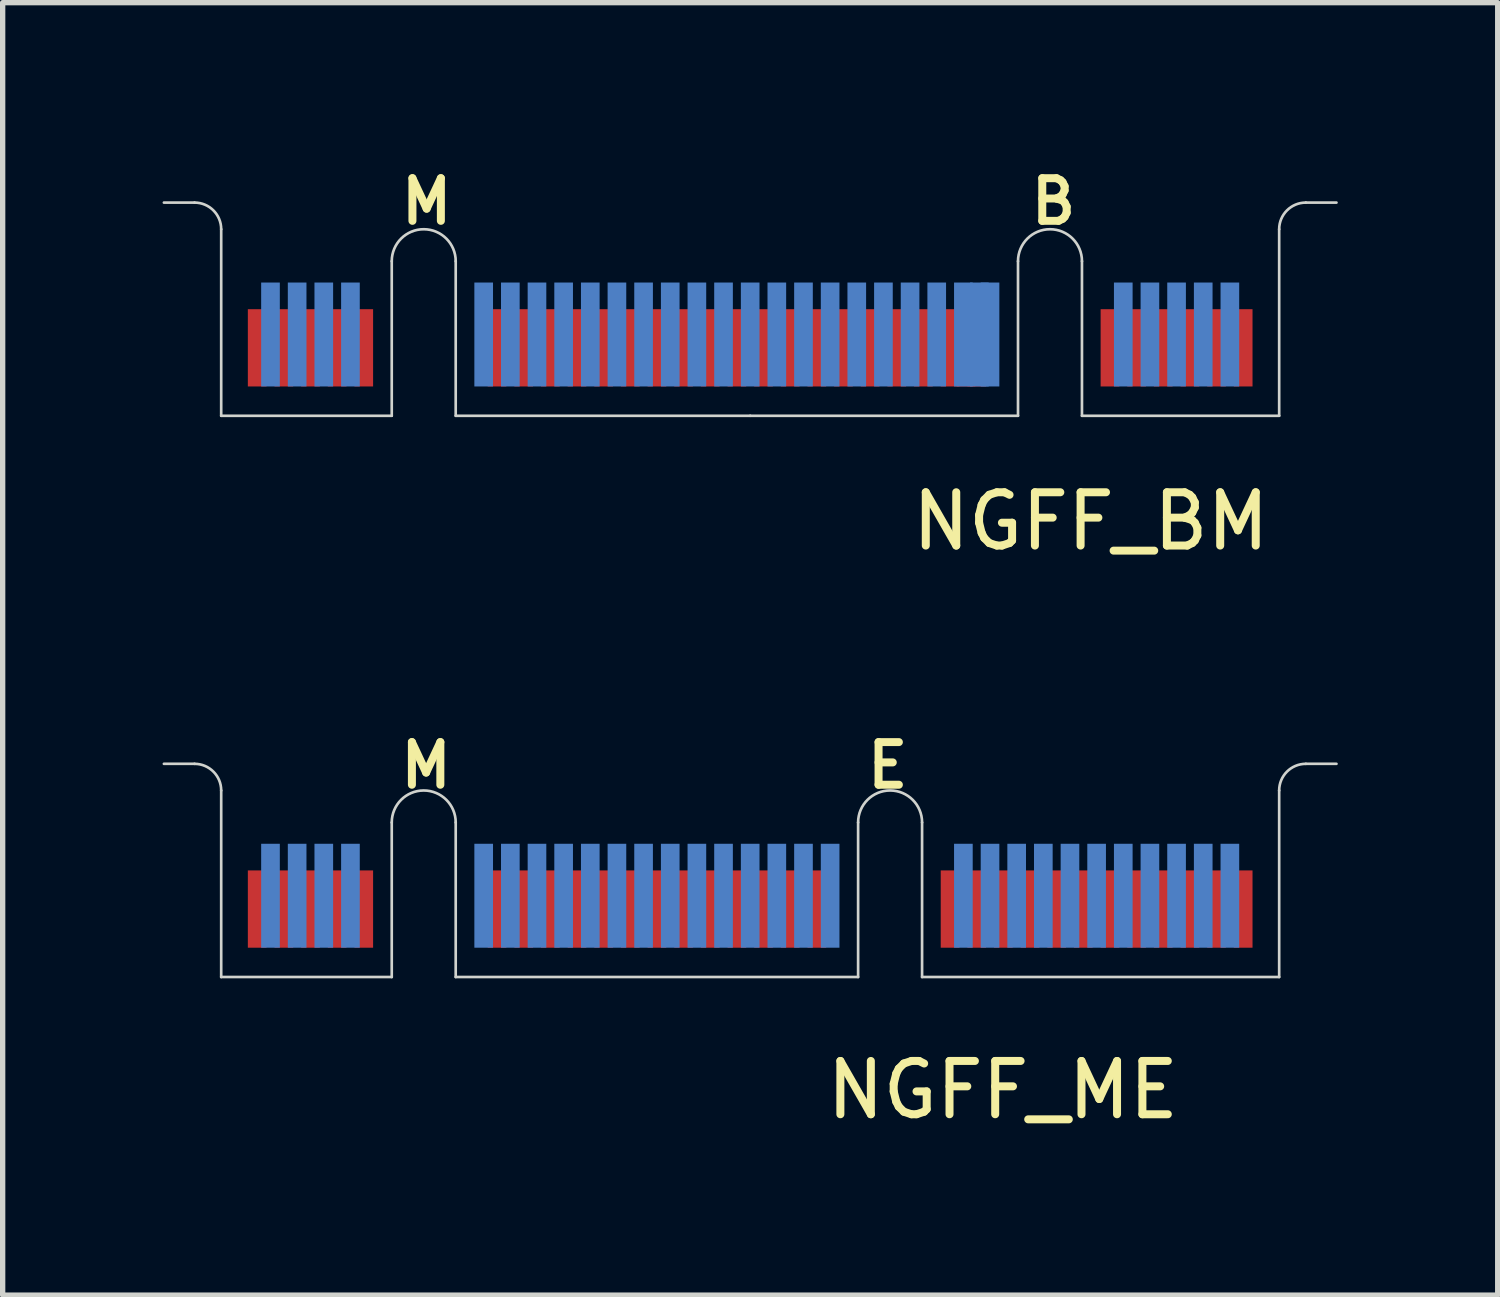
<source format=kicad_pcb>
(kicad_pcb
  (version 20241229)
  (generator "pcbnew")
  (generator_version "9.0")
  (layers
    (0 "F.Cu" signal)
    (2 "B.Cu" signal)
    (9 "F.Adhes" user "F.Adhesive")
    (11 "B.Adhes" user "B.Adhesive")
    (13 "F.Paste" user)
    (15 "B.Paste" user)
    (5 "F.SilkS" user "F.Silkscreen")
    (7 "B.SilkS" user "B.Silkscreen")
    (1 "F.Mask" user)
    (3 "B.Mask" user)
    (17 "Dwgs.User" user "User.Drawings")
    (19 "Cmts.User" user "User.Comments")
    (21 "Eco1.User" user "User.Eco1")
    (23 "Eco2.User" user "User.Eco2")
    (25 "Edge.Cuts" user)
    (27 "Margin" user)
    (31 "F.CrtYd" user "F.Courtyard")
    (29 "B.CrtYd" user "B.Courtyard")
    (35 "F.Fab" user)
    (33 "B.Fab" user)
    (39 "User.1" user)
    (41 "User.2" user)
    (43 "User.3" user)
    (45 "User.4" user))
  (footprint "NGFF_BM"
    (layer "F.Cu")
    (at 11.025 4.751)
    (property "Reference" "NGFF_BM" (at 6.39 1.98 0) (layer "F.SilkS") (effects (font (size 1 1) (thickness 0.15))))
    (attr through_hole)
    (fp_poly (pts (xy -9.925 0) (xy -6.725 0) (xy -6.725 -2) (xy -9.925 -2)) (stroke (width 0.1) (type solid)) (fill yes) (layer "F.Mask"))
    (fp_poly (pts (xy -5.525 0) (xy 5.025 0) (xy 5.025 -2) (xy -5.525 -2)) (stroke (width 0.1) (type solid)) (fill yes) (layer "F.Mask"))
    (fp_poly (pts (xy 6.225 0) (xy 9.925 0) (xy 9.925 -2) (xy 6.225 -2)) (stroke (width 0.1) (type solid)) (fill yes) (layer "F.Mask"))
    (fp_poly (pts (xy -9.925 0) (xy -6.725 0) (xy -6.725 -2.5) (xy -9.925 -2.5)) (stroke (width 0.1) (type solid)) (fill yes) (layer "B.Mask"))
    (fp_poly (pts (xy -5.525 0) (xy 5.025 0) (xy 5.025 -2.5) (xy -5.525 -2.5)) (stroke (width 0.1) (type solid)) (fill yes) (layer "B.Mask"))
    (fp_poly (pts (xy 6.225 0) (xy 9.925 0) (xy 9.925 -2.5) (xy 6.225 -2.5)) (stroke (width 0.1) (type solid)) (fill yes) (layer "B.Mask"))
    (fp_line (start -11 -4) (end -10.425 -4) (stroke (width 0.05) (type solid)) (layer "Edge.Cuts"))
    (fp_line (start -9.925 -3.5) (end -9.925 0) (stroke (width 0.05) (type solid)) (layer "Edge.Cuts"))
    (fp_line (start -9.925 0) (end -6.725 0) (stroke (width 0.05) (type solid)) (layer "Edge.Cuts"))
    (fp_line (start -6.725 0) (end -6.725 -2.9) (stroke (width 0.05) (type solid)) (layer "Edge.Cuts"))
    (fp_line (start -5.525 -2.9) (end -5.525 0) (stroke (width 0.05) (type solid)) (layer "Edge.Cuts"))
    (fp_line (start -5.525 0) (end 0 0) (stroke (width 0.05) (type solid)) (layer "Edge.Cuts"))
    (fp_line (start 0 0) (end 5.025 0) (stroke (width 0.05) (type solid)) (layer "Edge.Cuts"))
    (fp_line (start 5.025 0) (end 5.025 -2.9) (stroke (width 0.05) (type solid)) (layer "Edge.Cuts"))
    (fp_line (start 6.225 -2.9) (end 6.225 0) (stroke (width 0.05) (type solid)) (layer "Edge.Cuts"))
    (fp_line (start 6.225 0) (end 9.925 0) (stroke (width 0.05) (type solid)) (layer "Edge.Cuts"))
    (fp_line (start 9.925 0) (end 9.925 -3.5) (stroke (width 0.05) (type solid)) (layer "Edge.Cuts"))
    (fp_line (start 10.425 -4) (end 11 -4) (stroke (width 0.05) (type solid)) (layer "Edge.Cuts"))
    (fp_arc (start -10.425 -4) (mid -10.071447 -3.853553) (end -9.925 -3.5) (stroke (width 0.05) (type solid)) (layer "Edge.Cuts"))
    (fp_arc (start -6.725 -2.9) (mid -6.125 -3.5) (end -5.525 -2.9) (stroke (width 0.05) (type solid)) (layer "Edge.Cuts"))
    (fp_arc (start 5.025 -2.9) (mid 5.625 -3.5) (end 6.225 -2.9) (stroke (width 0.05) (type solid)) (layer "Edge.Cuts"))
    (fp_arc (start 9.925 -3.5) (mid 10.071447 -3.853553) (end 10.425 -4) (stroke (width 0.05) (type solid)) (layer "Edge.Cuts"))
    (fp_text user "M" (at -6.07 -4.02 0) (layer "F.SilkS") (effects (font (size 0.8 0.8) (thickness 0.15))))
    (fp_text user "B" (at 5.69 -4.02 0) (layer "F.SilkS") (effects (font (size 0.8 0.8) (thickness 0.15))))
    (pad "1" smd rect (at 9.25 -1.275) (size 0.35 1.45) (layers "F.Cu"))
    (pad "2" smd rect (at 9 -1.525) (size 0.35 1.95) (layers "B.Cu"))
    (pad "3" smd rect (at 8.75 -1.275) (size 0.35 1.45) (layers "F.Cu"))
    (pad "3V3" smd rect (at 4.05 -1.275) (size 0.35 1.45) (layers "F.Cu"))
    (pad "4" smd rect (at 8.5 -1.525) (size 0.35 1.95) (layers "B.Cu"))
    (pad "5" smd rect (at 8.25 -1.275) (size 0.35 1.45) (layers "F.Cu"))
    (pad "6" smd rect (at 8 -1.525) (size 0.35 1.95) (layers "B.Cu"))
    (pad "7" smd rect (at 7.75 -1.275) (size 0.35 1.45) (layers "F.Cu"))
    (pad "8" smd rect (at 7.5 -1.525) (size 0.35 1.95) (layers "B.Cu"))
    (pad "9" smd rect (at 7.25 -1.275) (size 0.35 1.45) (layers "F.Cu"))
    (pad "10" smd rect (at 7 -1.525) (size 0.35 1.95) (layers "B.Cu"))
    (pad "11" smd rect (at 6.75 -1.275) (size 0.35 1.45) (layers "F.Cu"))
    (pad "12V" smd rect (at 4.3 -1.525) (size 0.35 1.95) (layers "B.Cu"))
    (pad "20" smd rect (at 4.5 -1.525) (size 0.35 1.95) (layers "B.Cu"))
    (pad "21" smd rect (at 4.25 -1.275) (size 0.35 1.45) (layers "F.Cu"))
    (pad "22" smd rect (at 4 -1.525) (size 0.35 1.95) (layers "B.Cu"))
    (pad "23" smd rect (at 3.75 -1.275) (size 0.35 1.45) (layers "F.Cu"))
    (pad "24" smd rect (at 3.5 -1.525) (size 0.35 1.95) (layers "B.Cu"))
    (pad "25" smd rect (at 3.25 -1.275) (size 0.35 1.45) (layers "F.Cu"))
    (pad "26" smd rect (at 3 -1.525) (size 0.35 1.95) (layers "B.Cu"))
    (pad "27" smd rect (at 2.75 -1.275) (size 0.35 1.45) (layers "F.Cu"))
    (pad "28" smd rect (at 2.5 -1.525) (size 0.35 1.95) (layers "B.Cu"))
    (pad "29" smd rect (at 2.25 -1.275) (size 0.35 1.45) (layers "F.Cu"))
    (pad "30" smd rect (at 2 -1.525) (size 0.35 1.95) (layers "B.Cu"))
    (pad "31" smd rect (at 1.75 -1.275) (size 0.35 1.45) (layers "F.Cu"))
    (pad "32" smd rect (at 1.5 -1.525) (size 0.35 1.95) (layers "B.Cu"))
    (pad "33" smd rect (at 1.25 -1.275) (size 0.35 1.45) (layers "F.Cu"))
    (pad "34" smd rect (at 1 -1.525) (size 0.35 1.95) (layers "B.Cu"))
    (pad "35" smd rect (at 0.75 -1.275) (size 0.35 1.45) (layers "F.Cu"))
    (pad "36" smd rect (at 0.5 -1.525) (size 0.35 1.95) (layers "B.Cu"))
    (pad "37" smd rect (at 0.25 -1.275) (size 0.35 1.45) (layers "F.Cu"))
    (pad "38" smd rect (at 0 -1.525) (size 0.35 1.95) (layers "B.Cu"))
    (pad "39" smd rect (at -0.25 -1.275) (size 0.35 1.45) (layers "F.Cu"))
    (pad "40" smd rect (at -0.5 -1.525) (size 0.35 1.95) (layers "B.Cu"))
    (pad "41" smd rect (at -0.75 -1.275) (size 0.35 1.45) (layers "F.Cu"))
    (pad "42" smd rect (at -1 -1.525) (size 0.35 1.95) (layers "B.Cu"))
    (pad "43" smd rect (at -1.25 -1.275) (size 0.35 1.45) (layers "F.Cu"))
    (pad "44" smd rect (at -1.5 -1.525) (size 0.35 1.95) (layers "B.Cu"))
    (pad "45" smd rect (at -1.75 -1.275) (size 0.35 1.45) (layers "F.Cu"))
    (pad "46" smd rect (at -2 -1.525) (size 0.35 1.95) (layers "B.Cu"))
    (pad "47" smd rect (at -2.25 -1.275) (size 0.35 1.45) (layers "F.Cu"))
    (pad "48" smd rect (at -2.5 -1.525) (size 0.35 1.95) (layers "B.Cu"))
    (pad "49" smd rect (at -2.75 -1.275) (size 0.35 1.45) (layers "F.Cu"))
    (pad "50" smd rect (at -3 -1.525) (size 0.35 1.95) (layers "B.Cu"))
    (pad "51" smd rect (at -3.25 -1.275) (size 0.35 1.45) (layers "F.Cu"))
    (pad "52" smd rect (at -3.5 -1.525) (size 0.35 1.95) (layers "B.Cu"))
    (pad "53" smd rect (at -3.75 -1.275) (size 0.35 1.45) (layers "F.Cu"))
    (pad "54" smd rect (at -4 -1.525) (size 0.35 1.95) (layers "B.Cu"))
    (pad "55" smd rect (at -4.25 -1.275) (size 0.35 1.45) (layers "F.Cu"))
    (pad "56" smd rect (at -4.5 -1.525) (size 0.35 1.95) (layers "B.Cu"))
    (pad "57" smd rect (at -4.75 -1.275) (size 0.35 1.45) (layers "F.Cu"))
    (pad "58" smd rect (at -5 -1.525) (size 0.35 1.95) (layers "B.Cu"))
    (pad "67" smd rect (at -7.25 -1.275) (size 0.35 1.45) (layers "F.Cu"))
    (pad "68" smd rect (at -7.5 -1.525) (size 0.35 1.95) (layers "B.Cu"))
    (pad "69" smd rect (at -7.75 -1.275) (size 0.35 1.45) (layers "F.Cu"))
    (pad "70" smd rect (at -8 -1.525) (size 0.35 1.95) (layers "B.Cu"))
    (pad "71" smd rect (at -8.25 -1.275) (size 0.35 1.45) (layers "F.Cu"))
    (pad "72" smd rect (at -8.5 -1.525) (size 0.35 1.95) (layers "B.Cu"))
    (pad "73" smd rect (at -8.75 -1.275) (size 0.35 1.45) (layers "F.Cu"))
    (pad "74" smd rect (at -9 -1.525) (size 0.35 1.95) (layers "B.Cu"))
    (pad "75" smd rect (at -9.25 -1.275) (size 0.35 1.45) (layers "F.Cu")))
  (footprint "NGFF_ME"
    (layer "F.Cu")
    (at 11.025 15.281)
    (property "Reference" "NGFF_ME" (at 4.74 2.12 0) (layer "F.SilkS") (effects (font (size 1 1) (thickness 0.15))))
    (attr through_hole)
    (fp_poly (pts (xy -9.925 0) (xy -6.725 0) (xy -6.725 -2) (xy -9.925 -2)) (stroke (width 0.1) (type solid)) (fill yes) (layer "F.Mask"))
    (fp_poly (pts (xy -5.525 0) (xy 2.015 0) (xy 2.015 -2) (xy -5.525 -2)) (stroke (width 0.1) (type solid)) (fill yes) (layer "F.Mask"))
    (fp_poly (pts (xy 3.24 -0.03) (xy 9.9 -0.03) (xy 9.9 -2.03) (xy 3.24 -2.03)) (stroke (width 0.1) (type solid)) (fill yes) (layer "F.Mask"))
    (fp_poly (pts (xy -9.925 0) (xy -6.725 0) (xy -6.725 -2.5) (xy -9.925 -2.5)) (stroke (width 0.1) (type solid)) (fill yes) (layer "B.Mask"))
    (fp_poly (pts (xy -5.525 0) (xy 2.005 0) (xy 2.005 -2.5) (xy -5.525 -2.5)) (stroke (width 0.1) (type solid)) (fill yes) (layer "B.Mask"))
    (fp_poly (pts (xy 3.24 -0.03) (xy 9.9 -0.03) (xy 9.9 -2.53) (xy 3.24 -2.53)) (stroke (width 0.1) (type solid)) (fill yes) (layer "B.Mask"))
    (fp_line (start -11 -4) (end -10.425 -4) (stroke (width 0.05) (type solid)) (layer "Edge.Cuts"))
    (fp_line (start -9.925 -3.5) (end -9.925 0) (stroke (width 0.05) (type solid)) (layer "Edge.Cuts"))
    (fp_line (start -9.925 0) (end -6.725 0) (stroke (width 0.05) (type solid)) (layer "Edge.Cuts"))
    (fp_line (start -6.725 0) (end -6.725 -2.9) (stroke (width 0.05) (type solid)) (layer "Edge.Cuts"))
    (fp_line (start -5.525 -2.9) (end -5.525 0) (stroke (width 0.05) (type solid)) (layer "Edge.Cuts"))
    (fp_line (start -5.525 0) (end 2.025 0) (stroke (width 0.05) (type solid)) (layer "Edge.Cuts"))
    (fp_line (start 2.025 0) (end 2.025 -2.9) (stroke (width 0.05) (type solid)) (layer "Edge.Cuts"))
    (fp_line (start 3.225 -2.9) (end 3.225 0) (stroke (width 0.05) (type solid)) (layer "Edge.Cuts"))
    (fp_line (start 3.225 0) (end 9.925 0) (stroke (width 0.05) (type solid)) (layer "Edge.Cuts"))
    (fp_line (start 9.925 0) (end 9.925 -3.5) (stroke (width 0.05) (type solid)) (layer "Edge.Cuts"))
    (fp_line (start 10.425 -4) (end 11 -4) (stroke (width 0.05) (type solid)) (layer "Edge.Cuts"))
    (fp_arc (start -10.425 -4) (mid -10.071447 -3.853553) (end -9.925 -3.5) (stroke (width 0.05) (type solid)) (layer "Edge.Cuts"))
    (fp_arc (start -6.725 -2.9) (mid -6.125 -3.5) (end -5.525 -2.9) (stroke (width 0.05) (type solid)) (layer "Edge.Cuts"))
    (fp_arc (start 2.025 -2.9) (mid 2.625 -3.5) (end 3.225 -2.9) (stroke (width 0.05) (type solid)) (layer "Edge.Cuts"))
    (fp_arc (start 9.925 -3.5) (mid 10.071447 -3.853553) (end 10.425 -4) (stroke (width 0.05) (type solid)) (layer "Edge.Cuts"))
    (fp_text user "E" (at 2.58 -3.97 0) (layer "F.SilkS") (effects (font (size 0.8 0.8) (thickness 0.15))))
    (fp_text user "M" (at -6.08 -3.97 0) (layer "F.SilkS") (effects (font (size 0.8 0.8) (thickness 0.15))))
    (pad "1" smd rect (at 9.25 -1.275) (size 0.35 1.45) (layers "F.Cu"))
    (pad "2" smd rect (at 9 -1.525) (size 0.35 1.95) (layers "B.Cu"))
    (pad "3" smd rect (at 8.75 -1.275) (size 0.35 1.45) (layers "F.Cu"))
    (pad "4" smd rect (at 8.5 -1.525) (size 0.35 1.95) (layers "B.Cu"))
    (pad "5" smd rect (at 8.25 -1.275) (size 0.35 1.45) (layers "F.Cu"))
    (pad "6" smd rect (at 8 -1.525) (size 0.35 1.95) (layers "B.Cu"))
    (pad "7" smd rect (at 7.75 -1.275) (size 0.35 1.45) (layers "F.Cu"))
    (pad "8" smd rect (at 7.5 -1.525) (size 0.35 1.95) (layers "B.Cu"))
    (pad "9" smd rect (at 7.25 -1.275) (size 0.35 1.45) (layers "F.Cu"))
    (pad "10" smd rect (at 7 -1.525) (size 0.35 1.95) (layers "B.Cu"))
    (pad "11" smd rect (at 6.75 -1.275) (size 0.35 1.45) (layers "F.Cu"))
    (pad "12" smd rect (at 6.5 -1.525) (size 0.35 1.95) (layers "B.Cu"))
    (pad "13" smd rect (at 6.25 -1.275) (size 0.35 1.45) (layers "F.Cu"))
    (pad "14" smd rect (at 6 -1.525) (size 0.35 1.95) (layers "B.Cu"))
    (pad "15" smd rect (at 5.75 -1.275) (size 0.35 1.45) (layers "F.Cu"))
    (pad "16" smd rect (at 5.5 -1.525) (size 0.35 1.95) (layers "B.Cu"))
    (pad "17" smd rect (at 5.25 -1.275) (size 0.35 1.45) (layers "F.Cu"))
    (pad "18" smd rect (at 5 -1.525) (size 0.35 1.95) (layers "B.Cu"))
    (pad "19" smd rect (at 4.75 -1.275) (size 0.35 1.45) (layers "F.Cu"))
    (pad "20" smd rect (at 4.5 -1.525) (size 0.35 1.95) (layers "B.Cu"))
    (pad "21" smd rect (at 4.25 -1.275) (size 0.35 1.45) (layers "F.Cu"))
    (pad "22" smd rect (at 4 -1.525) (size 0.35 1.95) (layers "B.Cu"))
    (pad "23" smd rect (at 3.75 -1.275) (size 0.35 1.45) (layers "F.Cu"))
    (pad "32" smd rect (at 1.5 -1.525) (size 0.35 1.95) (layers "B.Cu"))
    (pad "33" smd rect (at 1.25 -1.275) (size 0.35 1.45) (layers "F.Cu"))
    (pad "34" smd rect (at 1 -1.525) (size 0.35 1.95) (layers "B.Cu"))
    (pad "35" smd rect (at 0.75 -1.275) (size 0.35 1.45) (layers "F.Cu"))
    (pad "36" smd rect (at 0.5 -1.525) (size 0.35 1.95) (layers "B.Cu"))
    (pad "37" smd rect (at 0.25 -1.275) (size 0.35 1.45) (layers "F.Cu"))
    (pad "38" smd rect (at 0 -1.525) (size 0.35 1.95) (layers "B.Cu"))
    (pad "39" smd rect (at -0.25 -1.275) (size 0.35 1.45) (layers "F.Cu"))
    (pad "40" smd rect (at -0.5 -1.525) (size 0.35 1.95) (layers "B.Cu"))
    (pad "41" smd rect (at -0.75 -1.275) (size 0.35 1.45) (layers "F.Cu"))
    (pad "42" smd rect (at -1 -1.525) (size 0.35 1.95) (layers "B.Cu"))
    (pad "43" smd rect (at -1.25 -1.275) (size 0.35 1.45) (layers "F.Cu"))
    (pad "44" smd rect (at -1.5 -1.525) (size 0.35 1.95) (layers "B.Cu"))
    (pad "45" smd rect (at -1.75 -1.275) (size 0.35 1.45) (layers "F.Cu"))
    (pad "46" smd rect (at -2 -1.525) (size 0.35 1.95) (layers "B.Cu"))
    (pad "47" smd rect (at -2.25 -1.275) (size 0.35 1.45) (layers "F.Cu"))
    (pad "48" smd rect (at -2.5 -1.525) (size 0.35 1.95) (layers "B.Cu"))
    (pad "49" smd rect (at -2.75 -1.275) (size 0.35 1.45) (layers "F.Cu"))
    (pad "50" smd rect (at -3 -1.525) (size 0.35 1.95) (layers "B.Cu"))
    (pad "51" smd rect (at -3.25 -1.275) (size 0.35 1.45) (layers "F.Cu"))
    (pad "52" smd rect (at -3.5 -1.525) (size 0.35 1.95) (layers "B.Cu"))
    (pad "53" smd rect (at -3.75 -1.275) (size 0.35 1.45) (layers "F.Cu"))
    (pad "54" smd rect (at -4 -1.525) (size 0.35 1.95) (layers "B.Cu"))
    (pad "55" smd rect (at -4.25 -1.275) (size 0.35 1.45) (layers "F.Cu"))
    (pad "56" smd rect (at -4.5 -1.525) (size 0.35 1.95) (layers "B.Cu"))
    (pad "57" smd rect (at -4.75 -1.275) (size 0.35 1.45) (layers "F.Cu"))
    (pad "58" smd rect (at -5 -1.525) (size 0.35 1.95) (layers "B.Cu"))
    (pad "67" smd rect (at -7.25 -1.275) (size 0.35 1.45) (layers "F.Cu"))
    (pad "68" smd rect (at -7.5 -1.525) (size 0.35 1.95) (layers "B.Cu"))
    (pad "69" smd rect (at -7.75 -1.275) (size 0.35 1.45) (layers "F.Cu"))
    (pad "70" smd rect (at -8 -1.525) (size 0.35 1.95) (layers "B.Cu"))
    (pad "71" smd rect (at -8.25 -1.275) (size 0.35 1.45) (layers "F.Cu"))
    (pad "72" smd rect (at -8.5 -1.525) (size 0.35 1.95) (layers "B.Cu"))
    (pad "73" smd rect (at -8.75 -1.275) (size 0.35 1.45) (layers "F.Cu"))
    (pad "74" smd rect (at -9 -1.525) (size 0.35 1.95) (layers "B.Cu"))
    (pad "75" smd rect (at -9.25 -1.275) (size 0.35 1.45) (layers "F.Cu")))
  (gr_rect
    (start -3 -3)
    (end 25.05 21.249)
    (stroke (width 0.1) (type default))
    (fill no)
    (layer "Edge.Cuts")))
</source>
